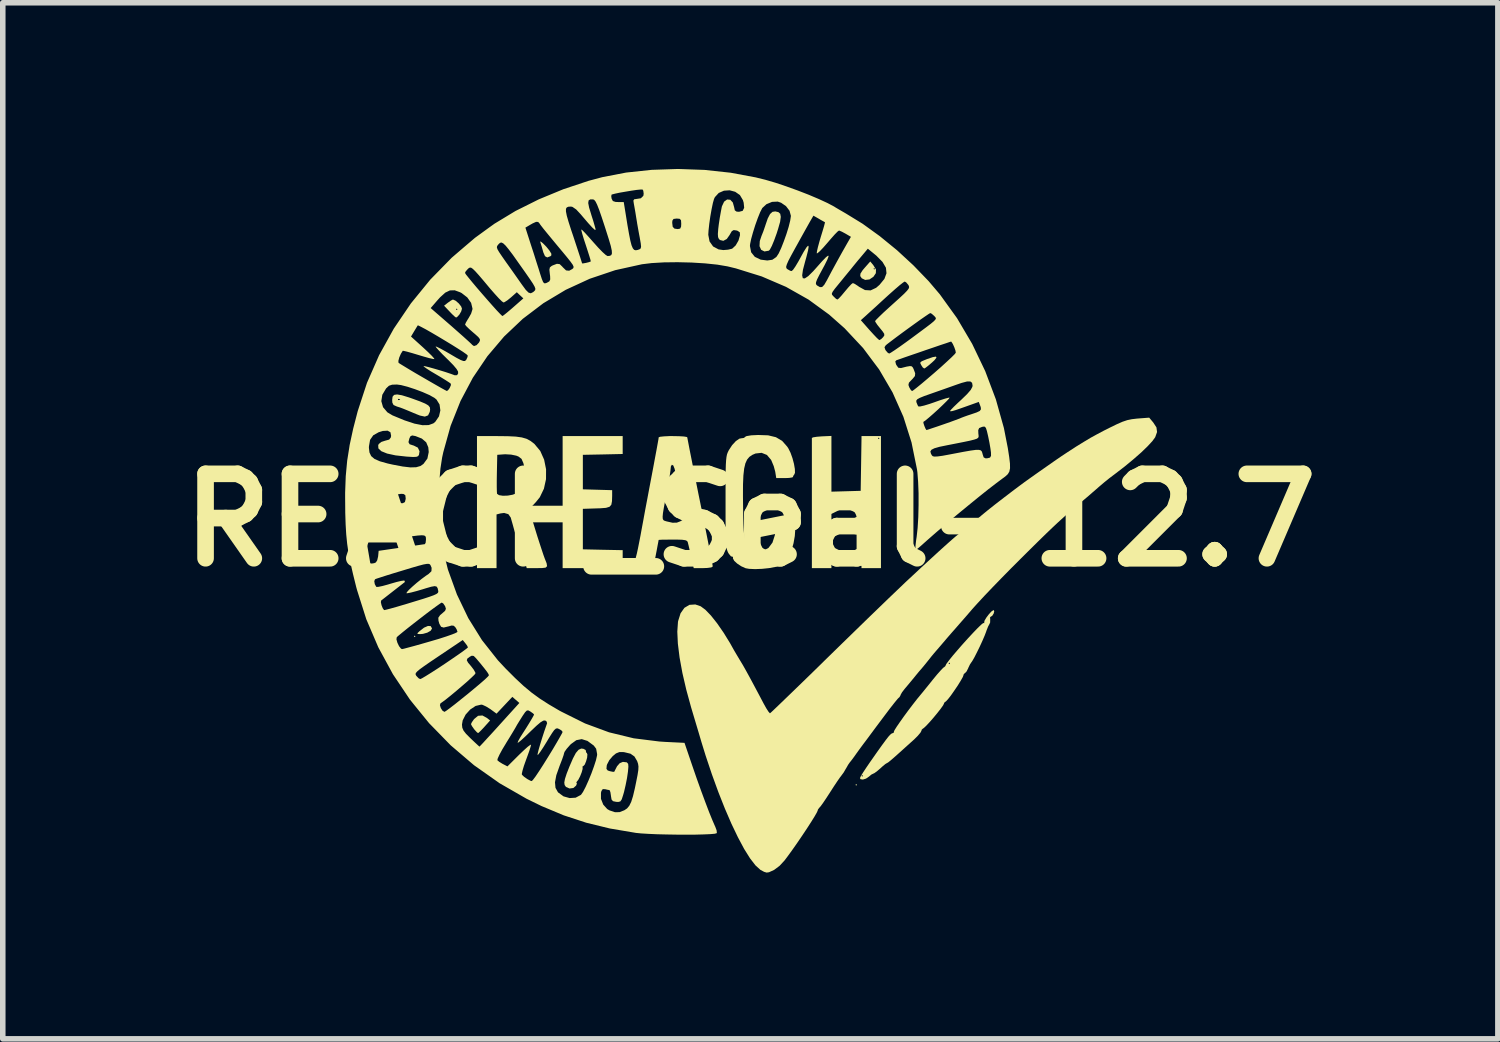
<source format=kicad_pcb>
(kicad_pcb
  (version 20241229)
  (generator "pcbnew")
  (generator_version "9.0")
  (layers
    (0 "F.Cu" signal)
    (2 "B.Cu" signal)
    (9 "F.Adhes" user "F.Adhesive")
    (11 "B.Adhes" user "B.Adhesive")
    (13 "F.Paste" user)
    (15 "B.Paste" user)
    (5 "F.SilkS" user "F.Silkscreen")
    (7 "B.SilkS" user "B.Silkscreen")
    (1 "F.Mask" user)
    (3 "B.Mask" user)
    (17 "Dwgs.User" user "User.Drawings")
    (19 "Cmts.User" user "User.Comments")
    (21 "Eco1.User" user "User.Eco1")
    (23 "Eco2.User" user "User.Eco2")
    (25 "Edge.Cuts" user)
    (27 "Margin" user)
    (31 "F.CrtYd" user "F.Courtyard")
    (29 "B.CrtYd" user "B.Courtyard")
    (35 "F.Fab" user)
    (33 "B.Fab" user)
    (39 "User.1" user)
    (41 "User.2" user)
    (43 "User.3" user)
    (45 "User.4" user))
  (footprint "REACH_Seal-12.7"
    (layer "F.Cu")
    (at 10.494 6.338)
    (property "Reference" "REACH_Seal-12.7" (at 0 0 0) (layer "F.SilkS") (effects (font (size 1.524 1.524) (thickness 0.3))))
    (attr board_only exclude_from_pos_files exclude_from_bom)
    (fp_poly (pts (xy -6.045 2.099) (xy -6.059 2.112) (xy -6.072 2.099) (xy -6.059 2.085)) (stroke (width 0) (type solid)) (fill yes) (layer "F.SilkS"))
    (fp_poly (pts (xy 1.925 4.779) (xy 1.911 4.793) (xy 1.898 4.779) (xy 1.911 4.766)) (stroke (width 0) (type solid)) (fill yes) (layer "F.SilkS"))
    (fp_poly (pts (xy -5.769 1.914) (xy -5.747 1.954) (xy -5.747 1.96) (xy -5.771 1.998) (xy -5.831 2.032) (xy -5.909 2.054) (xy -5.957 2.058) (xy -6.006 2.056) (xy -6.007 2.04) (xy -5.974 2.008) (xy -5.89 1.942) (xy -5.819 1.911)) (stroke (width 0) (type solid)) (fill yes) (layer "F.SilkS"))
    (fp_poly (pts (xy -3.772 -5.02) (xy -3.743 -4.996) (xy -3.682 -4.934) (xy -3.626 -4.865) (xy -3.592 -4.809) (xy -3.592 -4.778) (xy -3.608 -4.763) (xy -3.666 -4.741) (xy -3.706 -4.763) (xy -3.737 -4.834) (xy -3.741 -4.849) (xy -3.764 -4.93) (xy -3.784 -4.994) (xy -3.788 -5.005) (xy -3.793 -5.031)) (stroke (width 0) (type solid)) (fill yes) (layer "F.SilkS"))
    (fp_poly (pts (xy 3.36 -2.932) (xy 3.324 -2.886) (xy 3.279 -2.844) (xy 3.212 -2.787) (xy 3.16 -2.747) (xy 3.139 -2.736) (xy 3.112 -2.756) (xy 3.089 -2.791) (xy 3.07 -2.827) (xy 3.071 -2.85) (xy 3.099 -2.869) (xy 3.165 -2.896) (xy 3.192 -2.907) (xy 3.295 -2.942) (xy 3.351 -2.951)) (stroke (width 0) (type solid)) (fill yes) (layer "F.SilkS"))
    (fp_poly (pts (xy -4.759 3.569) (xy -4.697 3.617) (xy -4.799 3.731) (xy -4.857 3.793) (xy -4.9 3.835) (xy -4.915 3.845) (xy -4.94 3.826) (xy -4.981 3.78) (xy -4.986 3.774) (xy -5.024 3.72) (xy -5.042 3.684) (xy -5.042 3.683) (xy -5.027 3.65) (xy -4.99 3.597) (xy -4.986 3.592) (xy -4.915 3.533) (xy -4.836 3.527)) (stroke (width 0) (type solid)) (fill yes) (layer "F.SilkS"))
    (fp_poly (pts (xy 2.22 -4.602) (xy 2.268 -4.524) (xy 2.266 -4.457) (xy 2.222 -4.392) (xy 2.151 -4.344) (xy 2.073 -4.335) (xy 2.011 -4.365) (xy 1.984 -4.405) (xy 1.988 -4.449) (xy 2.027 -4.51) (xy 2.049 -4.536) (xy 2.223 -4.536) (xy 2.236 -4.522) (xy 2.25 -4.536) (xy 2.236 -4.549) (xy 2.223 -4.536) (xy 2.049 -4.536) (xy 2.072 -4.563) (xy 2.165 -4.668)) (stroke (width 0) (type solid)) (fill yes) (layer "F.SilkS"))
    (fp_poly (pts (xy -2.304 -1.193) (xy -2.663 -1.185) (xy -3.023 -1.178) (xy -3.023 -0.555) (xy -2.494 -0.54) (xy -2.494 -0.439) (xy -2.497 -0.341) (xy -2.509 -0.277) (xy -2.542 -0.24) (xy -2.605 -0.221) (xy -2.707 -0.213) (xy -2.775 -0.211) (xy -3.023 -0.203) (xy -3.023 0.528) (xy -2.663 0.536) (xy -2.304 0.543) (xy -2.304 0.867) (xy -3.388 0.867) (xy -3.388 -1.516) (xy -2.304 -1.516)) (stroke (width 0) (type solid)) (fill yes) (layer "F.SilkS"))
    (fp_poly (pts (xy -5.32 -3.96) (xy -5.265 -3.913) (xy -5.22 -3.857) (xy -5.205 -3.816) (xy -5.219 -3.766) (xy -5.253 -3.708) (xy -5.292 -3.666) (xy -5.312 -3.656) (xy -5.337 -3.674) (xy -5.386 -3.72) (xy -5.427 -3.763) (xy -5.467 -3.805) (xy -5.313 -3.805) (xy -5.3 -3.791) (xy -5.286 -3.805) (xy -5.3 -3.818) (xy -5.313 -3.805) (xy -5.467 -3.805) (xy -5.528 -3.87) (xy -5.458 -3.925) (xy -5.404 -3.963) (xy -5.369 -3.981) (xy -5.367 -3.981)) (stroke (width 0) (type solid)) (fill yes) (layer "F.SilkS"))
    (fp_poly (pts (xy 0.507 -5.559) (xy 0.54 -5.529) (xy 0.55 -5.473) (xy 0.538 -5.385) (xy 0.502 -5.258) (xy 0.475 -5.173) (xy 0.43 -5.049) (xy 0.389 -4.95) (xy 0.354 -4.884) (xy 0.335 -4.863) (xy 0.255 -4.849) (xy 0.195 -4.879) (xy 0.195 -4.88) (xy 0.166 -4.944) (xy 0.171 -5.037) (xy 0.201 -5.127) (xy 0.235 -5.212) (xy 0.268 -5.308) (xy 0.272 -5.321) (xy 0.315 -5.446) (xy 0.356 -5.524) (xy 0.4 -5.564) (xy 0.45 -5.572)) (stroke (width 0) (type solid)) (fill yes) (layer "F.SilkS"))
    (fp_poly (pts (xy 1.464 -0.513) (xy 1.992 -0.528) (xy 2 -1.022) (xy 2.007 -1.476) (xy 2.304 -1.476) (xy 2.318 -1.462) (xy 2.331 -1.476) (xy 2.318 -1.489) (xy 2.304 -1.476) (xy 2.007 -1.476) (xy 2.007 -1.516) (xy 2.358 -1.516) (xy 2.358 0.867) (xy 2.007 0.867) (xy 1.992 -0.176) (xy 1.464 -0.192) (xy 1.464 0.867) (xy 1.111 0.867) (xy 1.111 -0.298) (xy 1.111 -0.544) (xy 1.111 -0.773) (xy 1.111 -0.98) (xy 1.111 -1.159) (xy 1.111 -1.304) (xy 1.111 -1.41) (xy 1.111 -1.47) (xy 1.111 -1.483) (xy 1.136 -1.494) (xy 1.2 -1.504) (xy 1.287 -1.511) (xy 1.464 -1.519)) (stroke (width 0) (type solid)) (fill yes) (layer "F.SilkS"))
    (fp_poly (pts (xy -6.289 -2.253) (xy -6.162 -2.214) (xy -6.099 -2.192) (xy -5.962 -2.142) (xy -5.869 -2.103) (xy -5.812 -2.069) (xy -5.785 -2.036) (xy -5.78 -1.996) (xy -5.786 -1.954) (xy -5.817 -1.89) (xy -5.875 -1.868) (xy -5.964 -1.887) (xy -6.015 -1.907) (xy -6.088 -1.937) (xy -6.099 -1.942) (xy -6.202 -1.985) (xy -6.271 -2.013) (xy -6.322 -2.032) (xy -6.373 -2.048) (xy -6.384 -2.052) (xy -6.44 -2.077) (xy -6.462 -2.12) (xy -6.465 -2.169) (xy -6.463 -2.184) (xy -6.361 -2.184) (xy -6.358 -2.168) (xy -6.343 -2.166) (xy -6.321 -2.176) (xy -6.325 -2.184) (xy -6.357 -2.188) (xy -6.361 -2.184) (xy -6.463 -2.184) (xy -6.458 -2.227) (xy -6.43 -2.26) (xy -6.376 -2.268)) (stroke (width 0) (type solid)) (fill yes) (layer "F.SilkS"))
    (fp_poly (pts (xy -3.012 4.129) (xy -2.972 4.151) (xy -2.968 4.17) (xy -2.962 4.198) (xy -2.952 4.203) (xy -2.941 4.231) (xy -2.946 4.289) (xy -2.965 4.356) (xy -2.989 4.414) (xy -3.015 4.441) (xy -3.018 4.441) (xy -3.032 4.452) (xy -3.028 4.458) (xy -3.027 4.491) (xy -3.044 4.553) (xy -3.072 4.624) (xy -3.104 4.686) (xy -3.129 4.718) (xy -3.143 4.736) (xy -3.137 4.738) (xy -3.131 4.758) (xy -3.145 4.793) (xy -3.194 4.836) (xy -3.263 4.845) (xy -3.326 4.818) (xy -3.329 4.815) (xy -3.352 4.782) (xy -3.358 4.737) (xy -3.346 4.672) (xy -3.315 4.576) (xy -3.265 4.449) (xy -3.202 4.303) (xy -3.149 4.203) (xy -3.1 4.146) (xy -3.052 4.124)) (stroke (width 0) (type solid)) (fill yes) (layer "F.SilkS"))
    (fp_poly (pts (xy -4.561 -1.516) (xy -4.375 -1.514) (xy -4.233 -1.507) (xy -4.125 -1.492) (xy -4.041 -1.468) (xy -3.971 -1.431) (xy -3.905 -1.381) (xy -3.898 -1.375) (xy -3.792 -1.248) (xy -3.722 -1.091) (xy -3.687 -0.917) (xy -3.688 -0.738) (xy -3.726 -0.566) (xy -3.8 -0.412) (xy -3.874 -0.321) (xy -3.935 -0.256) (xy -3.975 -0.204) (xy -3.985 -0.181) (xy -3.977 -0.146) (xy -3.956 -0.071) (xy -3.924 0.034) (xy -3.886 0.158) (xy -3.845 0.291) (xy -3.803 0.421) (xy -3.765 0.537) (xy -3.734 0.63) (xy -3.713 0.688) (xy -3.712 0.691) (xy -3.677 0.78) (xy -3.669 0.832) (xy -3.694 0.858) (xy -3.759 0.866) (xy -3.846 0.867) (xy -4.036 0.867) (xy -4.096 0.67) (xy -4.13 0.561) (xy -4.164 0.461) (xy -4.191 0.392) (xy -4.191 0.39) (xy -4.22 0.315) (xy -4.251 0.216) (xy -4.267 0.16) (xy -4.293 0.066) (xy -4.316 -0.014) (xy -4.325 -0.046) (xy -4.368 -0.107) (xy -4.444 -0.129) (xy -4.511 -0.12) (xy -4.581 -0.102) (xy -4.581 0.867) (xy -4.934 0.867) (xy -4.934 -0.597) (xy -4.577 -0.597) (xy -4.575 -0.515) (xy -4.572 -0.475) (xy -4.571 -0.474) (xy -4.536 -0.45) (xy -4.466 -0.439) (xy -4.378 -0.442) (xy -4.29 -0.458) (xy -4.241 -0.476) (xy -4.166 -0.527) (xy -4.11 -0.59) (xy -4.106 -0.598) (xy -4.076 -0.695) (xy -4.068 -0.822) (xy -4.079 -0.955) (xy -4.097 -1.029) (xy -4.13 -1.105) (xy -4.185 -1.147) (xy -4.225 -1.163) (xy -4.318 -1.182) (xy -4.422 -1.188) (xy -4.446 -1.187) (xy -4.568 -1.178) (xy -4.575 -0.841) (xy -4.577 -0.71) (xy -4.577 -0.597) (xy -4.934 -0.597) (xy -4.934 -1.516)) (stroke (width 0) (type solid)) (fill yes) (layer "F.SilkS"))
    (fp_poly (pts (xy -1.285 -1.514) (xy -1.199 -1.509) (xy -1.147 -1.5) (xy -1.139 -1.495) (xy -1.133 -1.465) (xy -1.118 -1.387) (xy -1.095 -1.267) (xy -1.064 -1.111) (xy -1.027 -0.924) (xy -0.984 -0.711) (xy -0.938 -0.479) (xy -0.908 -0.333) (xy -0.859 -0.091) (xy -0.814 0.134) (xy -0.774 0.338) (xy -0.739 0.515) (xy -0.711 0.658) (xy -0.691 0.763) (xy -0.68 0.824) (xy -0.678 0.837) (xy -0.703 0.854) (xy -0.775 0.864) (xy -0.85 0.867) (xy -1.022 0.867) (xy -1.069 0.657) (xy -1.093 0.551) (xy -1.114 0.461) (xy -1.128 0.405) (xy -1.129 0.399) (xy -1.142 0.377) (xy -1.173 0.363) (xy -1.232 0.355) (xy -1.33 0.352) (xy -1.398 0.352) (xy -1.508 0.353) (xy -1.595 0.354) (xy -1.646 0.357) (xy -1.655 0.359) (xy -1.66 0.387) (xy -1.673 0.455) (xy -1.691 0.553) (xy -1.702 0.609) (xy -1.749 0.853) (xy -1.918 0.861) (xy -2.01 0.864) (xy -2.061 0.86) (xy -2.083 0.843) (xy -2.087 0.811) (xy -2.087 0.804) (xy -2.079 0.729) (xy -2.063 0.661) (xy -2.048 0.603) (xy -2.027 0.506) (xy -2.003 0.384) (xy -1.981 0.271) (xy -1.96 0.156) (xy -1.931 0.000237) (xy -1.92 -0.061) (xy -1.583 -0.061) (xy -1.58 -0.021) (xy -1.568 0.001) (xy -1.547 0.013) (xy -1.517 0.022) (xy -1.51 0.024) (xy -1.404 0.048) (xy -1.326 0.046) (xy -1.266 0.023) (xy -1.218 -0.002) (xy -1.199 -0.013) (xy -1.201 -0.04) (xy -1.212 -0.108) (xy -1.231 -0.206) (xy -1.244 -0.273) (xy -1.269 -0.402) (xy -1.292 -0.527) (xy -1.309 -0.628) (xy -1.313 -0.656) (xy -1.325 -0.74) (xy -1.336 -0.803) (xy -1.34 -0.819) (xy -1.354 -0.87) (xy -1.367 -0.927) (xy -1.39 -0.985) (xy -1.416 -0.999) (xy -1.434 -0.969) (xy -1.437 -0.939) (xy -1.442 -0.89) (xy -1.455 -0.799) (xy -1.475 -0.681) (xy -1.5 -0.547) (xy -1.501 -0.54) (xy -1.536 -0.358) (xy -1.561 -0.223) (xy -1.577 -0.126) (xy -1.583 -0.061) (xy -1.92 -0.061) (xy -1.897 -0.186) (xy -1.858 -0.391) (xy -1.818 -0.604) (xy -1.789 -0.756) (xy -1.753 -0.946) (xy -1.721 -1.119) (xy -1.693 -1.268) (xy -1.672 -1.384) (xy -1.658 -1.462) (xy -1.654 -1.494) (xy -1.654 -1.494) (xy -1.628 -1.504) (xy -1.561 -1.511) (xy -1.463 -1.516) (xy -1.396 -1.516)) (stroke (width 0) (type solid)) (fill yes) (layer "F.SilkS"))
    (fp_poly (pts (xy 0.321 -1.53) (xy 0.462 -1.496) (xy 0.574 -1.43) (xy 0.664 -1.328) (xy 0.685 -1.297) (xy 0.726 -1.215) (xy 0.761 -1.117) (xy 0.788 -1.015) (xy 0.804 -0.922) (xy 0.806 -0.852) (xy 0.791 -0.819) (xy 0.79 -0.818) (xy 0.771 -0.793) (xy 0.774 -0.783) (xy 0.758 -0.77) (xy 0.7 -0.761) (xy 0.629 -0.758) (xy 0.468 -0.758) (xy 0.45 -0.872) (xy 0.423 -0.973) (xy 0.381 -1.074) (xy 0.374 -1.088) (xy 0.299 -1.176) (xy 0.204 -1.214) (xy 0.094 -1.202) (xy 0.036 -1.177) (xy -0.017 -1.141) (xy -0.058 -1.092) (xy -0.089 -1.024) (xy -0.111 -0.931) (xy -0.125 -0.807) (xy -0.132 -0.645) (xy -0.133 -0.44) (xy -0.131 -0.261) (xy -0.128 -0.07) (xy -0.124 0.075) (xy -0.119 0.183) (xy -0.112 0.262) (xy -0.102 0.319) (xy -0.088 0.363) (xy -0.069 0.403) (xy -0.057 0.425) (xy -0.006 0.499) (xy 0.047 0.538) (xy 0.113 0.556) (xy 0.232 0.553) (xy 0.328 0.502) (xy 0.4 0.406) (xy 0.444 0.268) (xy 0.453 0.206) (xy 0.465 0.119) (xy 0.486 0.067) (xy 0.53 0.042) (xy 0.607 0.033) (xy 0.684 0.032) (xy 0.813 0.032) (xy 0.812 0.158) (xy 0.803 0.288) (xy 0.78 0.418) (xy 0.747 0.535) (xy 0.707 0.629) (xy 0.664 0.688) (xy 0.631 0.704) (xy 0.599 0.725) (xy 0.596 0.739) (xy 0.575 0.775) (xy 0.523 0.817) (xy 0.516 0.821) (xy 0.445 0.847) (xy 0.338 0.867) (xy 0.212 0.88) (xy 0.086 0.885) (xy -0.023 0.88) (xy -0.085 0.869) (xy -0.163 0.834) (xy -0.237 0.785) (xy -0.291 0.735) (xy -0.314 0.692) (xy -0.313 0.683) (xy -0.314 0.66) (xy -0.324 0.663) (xy -0.352 0.652) (xy -0.389 0.606) (xy -0.399 0.59) (xy -0.413 0.56) (xy -0.424 0.523) (xy -0.432 0.472) (xy -0.438 0.402) (xy -0.442 0.306) (xy -0.445 0.177) (xy -0.447 0.01) (xy -0.447 -0.202) (xy -0.447 -0.325) (xy -0.447 -0.559) (xy -0.446 -0.745) (xy -0.445 -0.889) (xy -0.442 -0.999) (xy -0.437 -1.081) (xy -0.43 -1.141) (xy -0.421 -1.186) (xy -0.408 -1.221) (xy -0.392 -1.254) (xy -0.387 -1.263) (xy -0.329 -1.352) (xy -0.262 -1.425) (xy -0.197 -1.47) (xy -0.147 -1.479) (xy -0.146 -1.478) (xy -0.109 -1.485) (xy -0.101 -1.498) (xy -0.068 -1.516) (xy 0.017 -1.53) (xy 0.141 -1.536)) (stroke (width 0) (type solid)) (fill yes) (layer "F.SilkS"))
    (fp_poly (pts (xy 4.403 1.646) (xy 4.393 1.686) (xy 4.365 1.73) (xy 4.343 1.741) (xy 4.327 1.757) (xy 4.33 1.788) (xy 4.329 1.848) (xy 4.317 1.875) (xy 4.292 1.922) (xy 4.263 1.995) (xy 4.256 2.017) (xy 4.23 2.085) (xy 4.19 2.178) (xy 4.142 2.283) (xy 4.091 2.387) (xy 4.044 2.479) (xy 4.006 2.545) (xy 3.987 2.572) (xy 3.965 2.605) (xy 3.936 2.665) (xy 3.933 2.674) (xy 3.903 2.733) (xy 3.876 2.761) (xy 3.873 2.762) (xy 3.851 2.784) (xy 3.849 2.796) (xy 3.835 2.834) (xy 3.797 2.901) (xy 3.744 2.987) (xy 3.682 3.078) (xy 3.622 3.164) (xy 3.569 3.232) (xy 3.533 3.271) (xy 3.524 3.277) (xy 3.499 3.298) (xy 3.497 3.31) (xy 3.48 3.344) (xy 3.436 3.406) (xy 3.374 3.485) (xy 3.303 3.571) (xy 3.232 3.652) (xy 3.17 3.718) (xy 3.127 3.757) (xy 3.115 3.764) (xy 3.092 3.786) (xy 3.09 3.801) (xy 3.071 3.837) (xy 3.022 3.895) (xy 2.96 3.957) (xy 2.801 4.1) (xy 2.679 4.21) (xy 2.589 4.29) (xy 2.526 4.344) (xy 2.487 4.375) (xy 2.467 4.386) (xy 2.465 4.387) (xy 2.437 4.404) (xy 2.384 4.448) (xy 2.347 4.482) (xy 2.284 4.536) (xy 2.236 4.57) (xy 2.221 4.576) (xy 2.185 4.594) (xy 2.142 4.63) (xy 2.088 4.667) (xy 2.031 4.684) (xy 1.989 4.677) (xy 1.979 4.657) (xy 1.994 4.625) (xy 1.998 4.617) (xy 2.006 4.617) (xy 2.02 4.63) (xy 2.033 4.617) (xy 2.02 4.603) (xy 2.006 4.617) (xy 1.998 4.617) (xy 2.034 4.558) (xy 2.094 4.467) (xy 2.167 4.36) (xy 2.171 4.355) (xy 2.287 4.189) (xy 2.377 4.063) (xy 2.444 3.972) (xy 2.493 3.909) (xy 2.528 3.871) (xy 2.552 3.852) (xy 2.57 3.846) (xy 2.594 3.832) (xy 2.591 3.821) (xy 2.602 3.794) (xy 2.64 3.733) (xy 2.699 3.647) (xy 2.772 3.544) (xy 2.853 3.434) (xy 2.936 3.325) (xy 3.014 3.225) (xy 3.081 3.144) (xy 3.084 3.14) (xy 3.115 3.103) (xy 3.17 3.035) (xy 3.242 2.946) (xy 3.297 2.877) (xy 3.373 2.785) (xy 3.438 2.712) (xy 3.483 2.665) (xy 3.5 2.654) (xy 3.523 2.633) (xy 3.524 2.625) (xy 3.541 2.592) (xy 3.546 2.586) (xy 3.578 2.586) (xy 3.592 2.6) (xy 3.605 2.586) (xy 3.592 2.572) (xy 3.578 2.586) (xy 3.546 2.586) (xy 3.588 2.53) (xy 3.657 2.444) (xy 3.742 2.345) (xy 3.836 2.237) (xy 3.932 2.131) (xy 4.024 2.032) (xy 4.104 1.949) (xy 4.166 1.889) (xy 4.202 1.86) (xy 4.209 1.859) (xy 4.225 1.86) (xy 4.221 1.85) (xy 4.227 1.817) (xy 4.26 1.761) (xy 4.306 1.7) (xy 4.353 1.649) (xy 4.389 1.625) (xy 4.393 1.625)) (stroke (width 0) (type solid)) (fill yes) (layer "F.SilkS"))
    (fp_poly (pts (xy 7.273 -1.762) (xy 7.331 -1.673) (xy 7.342 -1.59) (xy 7.309 -1.497) (xy 7.308 -1.495) (xy 7.257 -1.425) (xy 7.17 -1.331) (xy 7.053 -1.218) (xy 6.912 -1.095) (xy 6.756 -0.966) (xy 6.591 -0.839) (xy 6.574 -0.826) (xy 6.481 -0.756) (xy 6.394 -0.686) (xy 6.294 -0.601) (xy 6.237 -0.551) (xy 6.172 -0.495) (xy 6.082 -0.417) (xy 5.98 -0.331) (xy 5.937 -0.294) (xy 5.829 -0.202) (xy 5.732 -0.119) (xy 5.641 -0.038) (xy 5.548 0.047) (xy 5.448 0.141) (xy 5.334 0.25) (xy 5.2 0.381) (xy 5.04 0.539) (xy 4.866 0.712) (xy 4.701 0.877) (xy 4.534 1.047) (xy 4.373 1.213) (xy 4.226 1.367) (xy 4.101 1.502) (xy 4.006 1.607) (xy 3.998 1.617) (xy 3.899 1.732) (xy 3.807 1.837) (xy 3.731 1.924) (xy 3.679 1.984) (xy 3.666 1.998) (xy 3.615 2.056) (xy 3.546 2.136) (xy 3.49 2.202) (xy 3.426 2.277) (xy 3.374 2.337) (xy 3.348 2.367) (xy 3.317 2.403) (xy 3.265 2.466) (xy 3.213 2.532) (xy 3.152 2.608) (xy 3.102 2.668) (xy 3.077 2.697) (xy 3.045 2.734) (xy 2.993 2.797) (xy 2.955 2.844) (xy 2.884 2.93) (xy 2.813 3.015) (xy 2.785 3.048) (xy 2.739 3.108) (xy 2.713 3.154) (xy 2.711 3.163) (xy 2.692 3.197) (xy 2.687 3.2) (xy 2.661 3.225) (xy 2.605 3.293) (xy 2.521 3.4) (xy 2.411 3.546) (xy 2.275 3.727) (xy 2.149 3.897) (xy 2.1 3.963) (xy 2.042 4.04) (xy 2.033 4.052) (xy 1.971 4.136) (xy 1.906 4.226) (xy 1.898 4.238) (xy 1.848 4.307) (xy 1.808 4.359) (xy 1.799 4.369) (xy 1.766 4.416) (xy 1.728 4.483) (xy 1.725 4.487) (xy 1.685 4.556) (xy 1.648 4.606) (xy 1.647 4.608) (xy 1.619 4.644) (xy 1.569 4.716) (xy 1.505 4.812) (xy 1.439 4.915) (xy 1.37 5.021) (xy 1.31 5.11) (xy 1.265 5.171) (xy 1.243 5.195) (xy 1.22 5.226) (xy 1.219 5.235) (xy 1.204 5.272) (xy 1.162 5.346) (xy 1.1 5.446) (xy 1.022 5.567) (xy 0.934 5.699) (xy 0.842 5.834) (xy 0.75 5.965) (xy 0.664 6.083) (xy 0.617 6.145) (xy 0.528 6.241) (xy 0.429 6.315) (xy 0.337 6.357) (xy 0.294 6.363) (xy 0.248 6.349) (xy 0.184 6.315) (xy 0.18 6.312) (xy 0.093 6.233) (xy -0.005 6.106) (xy -0.112 5.935) (xy -0.224 5.725) (xy -0.341 5.481) (xy -0.459 5.208) (xy -0.577 4.91) (xy -0.693 4.591) (xy -0.805 4.257) (xy -0.882 4.008) (xy -0.93 3.845) (xy -0.98 3.678) (xy -1.026 3.524) (xy -1.063 3.4) (xy -1.069 3.38) (xy -1.156 3.062) (xy -1.226 2.76) (xy -1.277 2.481) (xy -1.308 2.23) (xy -1.318 2.014) (xy -1.306 1.84) (xy -1.303 1.822) (xy -1.259 1.682) (xy -1.19 1.584) (xy -1.099 1.53) (xy -0.993 1.523) (xy -0.896 1.556) (xy -0.811 1.619) (xy -0.71 1.724) (xy -0.599 1.864) (xy -0.482 2.033) (xy -0.365 2.223) (xy -0.325 2.295) (xy -0.29 2.357) (xy -0.238 2.445) (xy -0.186 2.532) (xy -0.134 2.618) (xy -0.077 2.719) (xy -0.01 2.841) (xy 0.071 2.992) (xy 0.171 3.18) (xy 0.24 3.311) (xy 0.288 3.397) (xy 0.328 3.459) (xy 0.353 3.487) (xy 0.356 3.487) (xy 0.379 3.467) (xy 0.436 3.413) (xy 0.525 3.328) (xy 0.641 3.216) (xy 0.781 3.081) (xy 0.94 2.927) (xy 1.116 2.756) (xy 1.303 2.573) (xy 1.333 2.543) (xy 1.629 2.254) (xy 1.89 2) (xy 2.12 1.776) (xy 2.322 1.581) (xy 2.5 1.409) (xy 2.658 1.258) (xy 2.799 1.123) (xy 2.928 1.003) (xy 3.047 0.892) (xy 3.091 0.851) (xy 3.259 0.697) (xy 3.393 0.574) (xy 3.499 0.478) (xy 3.584 0.402) (xy 3.652 0.342) (xy 3.71 0.292) (xy 3.765 0.248) (xy 3.821 0.203) (xy 3.823 0.201) (xy 3.931 0.115) (xy 4.054 0.014) (xy 4.167 -0.079) (xy 4.171 -0.083) (xy 4.283 -0.175) (xy 4.414 -0.279) (xy 4.572 -0.401) (xy 4.762 -0.546) (xy 4.865 -0.623) (xy 4.953 -0.688) (xy 5.072 -0.773) (xy 5.209 -0.87) (xy 5.352 -0.97) (xy 5.489 -1.066) (xy 5.61 -1.149) (xy 5.702 -1.21) (xy 5.72 -1.222) (xy 5.885 -1.329) (xy 6.02 -1.412) (xy 6.136 -1.482) (xy 6.249 -1.544) (xy 6.371 -1.609) (xy 6.476 -1.662) (xy 6.613 -1.729) (xy 6.718 -1.775) (xy 6.804 -1.804) (xy 6.886 -1.821) (xy 6.979 -1.832) (xy 6.992 -1.833) (xy 7.2 -1.849)) (stroke (width 0) (type solid)) (fill yes) (layer "F.SilkS"))
    (fp_poly (pts (xy -0.826 -6.321) (xy -0.354 -6.27) (xy 0.097 -6.186) (xy 0.271 -6.143) (xy 0.452 -6.09) (xy 0.649 -6.024) (xy 0.854 -5.95) (xy 1.053 -5.873) (xy 1.237 -5.795) (xy 1.393 -5.723) (xy 1.512 -5.66) (xy 1.537 -5.644) (xy 1.596 -5.609) (xy 1.679 -5.561) (xy 1.727 -5.533) (xy 2.027 -5.349) (xy 2.337 -5.125) (xy 2.647 -4.872) (xy 2.944 -4.598) (xy 3.218 -4.314) (xy 3.421 -4.075) (xy 3.731 -3.645) (xy 4.005 -3.18) (xy 4.24 -2.689) (xy 4.432 -2.18) (xy 4.577 -1.663) (xy 4.648 -1.3) (xy 4.673 -1.138) (xy 4.687 -1.02) (xy 4.688 -0.935) (xy 4.675 -0.874) (xy 4.647 -0.828) (xy 4.601 -0.786) (xy 4.561 -0.757) (xy 4.442 -0.668) (xy 4.29 -0.551) (xy 4.115 -0.411) (xy 3.925 -0.256) (xy 3.728 -0.094) (xy 3.533 0.07) (xy 3.348 0.228) (xy 3.181 0.374) (xy 3.093 0.453) (xy 3.033 0.505) (xy 2.991 0.536) (xy 2.98 0.541) (xy 2.978 0.517) (xy 2.983 0.451) (xy 2.994 0.355) (xy 3.002 0.305) (xy 3.02 0.143) (xy 3.032 -0.054) (xy 3.037 -0.269) (xy 3.037 -0.486) (xy 3.029 -0.689) (xy 3.016 -0.861) (xy 3.009 -0.914) (xy 2.943 -1.238) (xy 3.25 -1.238) (xy 3.261 -1.197) (xy 3.279 -1.166) (xy 3.295 -1.152) (xy 3.327 -1.146) (xy 3.383 -1.149) (xy 3.471 -1.161) (xy 3.6 -1.185) (xy 3.679 -1.2) (xy 3.852 -1.233) (xy 3.979 -1.255) (xy 4.068 -1.267) (xy 4.126 -1.268) (xy 4.161 -1.258) (xy 4.18 -1.236) (xy 4.19 -1.203) (xy 4.193 -1.19) (xy 4.212 -1.132) (xy 4.247 -1.114) (xy 4.28 -1.116) (xy 4.327 -1.128) (xy 4.345 -1.16) (xy 4.344 -1.219) (xy 4.334 -1.294) (xy 4.316 -1.398) (xy 4.294 -1.507) (xy 4.271 -1.606) (xy 4.253 -1.662) (xy 4.233 -1.686) (xy 4.204 -1.687) (xy 4.18 -1.681) (xy 4.131 -1.661) (xy 4.114 -1.624) (xy 4.116 -1.565) (xy 4.12 -1.532) (xy 4.121 -1.506) (xy 4.113 -1.486) (xy 4.089 -1.469) (xy 4.042 -1.453) (xy 3.967 -1.434) (xy 3.857 -1.411) (xy 3.706 -1.381) (xy 3.558 -1.352) (xy 3.416 -1.323) (xy 3.322 -1.296) (xy 3.269 -1.269) (xy 3.25 -1.238) (xy 2.943 -1.238) (xy 2.91 -1.401) (xy 2.763 -1.865) (xy 2.633 -2.157) (xy 2.996 -2.157) (xy 2.997 -2.131) (xy 2.998 -2.128) (xy 3.02 -2.073) (xy 3.034 -2.051) (xy 3.066 -2.051) (xy 3.137 -2.067) (xy 3.236 -2.097) (xy 3.32 -2.126) (xy 3.43 -2.165) (xy 3.521 -2.194) (xy 3.58 -2.209) (xy 3.597 -2.211) (xy 3.584 -2.189) (xy 3.538 -2.141) (xy 3.47 -2.074) (xy 3.39 -1.998) (xy 3.305 -1.921) (xy 3.226 -1.852) (xy 3.162 -1.799) (xy 3.123 -1.772) (xy 3.126 -1.747) (xy 3.142 -1.698) (xy 3.163 -1.649) (xy 3.179 -1.625) (xy 3.179 -1.625) (xy 3.207 -1.633) (xy 3.275 -1.656) (xy 3.374 -1.689) (xy 3.487 -1.728) (xy 3.607 -1.77) (xy 3.708 -1.807) (xy 3.78 -1.834) (xy 3.81 -1.847) (xy 3.849 -1.862) (xy 3.921 -1.888) (xy 3.985 -1.909) (xy 4.085 -1.943) (xy 4.142 -1.97) (xy 4.163 -2) (xy 4.159 -2.039) (xy 4.15 -2.064) (xy 4.124 -2.133) (xy 3.939 -2.067) (xy 3.798 -2.017) (xy 3.702 -1.984) (xy 3.642 -1.967) (xy 3.612 -1.964) (xy 3.605 -1.97) (xy 3.624 -1.994) (xy 3.674 -2.046) (xy 3.748 -2.117) (xy 3.809 -2.173) (xy 3.913 -2.274) (xy 3.978 -2.349) (xy 4.008 -2.405) (xy 4.012 -2.427) (xy 4.003 -2.478) (xy 3.972 -2.502) (xy 3.912 -2.502) (xy 3.814 -2.476) (xy 3.738 -2.45) (xy 3.622 -2.409) (xy 3.478 -2.358) (xy 3.33 -2.306) (xy 3.259 -2.281) (xy 3.137 -2.238) (xy 3.057 -2.205) (xy 3.013 -2.18) (xy 2.996 -2.157) (xy 2.633 -2.157) (xy 2.567 -2.305) (xy 2.325 -2.719) (xy 2.216 -2.864) (xy 2.617 -2.864) (xy 2.628 -2.818) (xy 2.635 -2.801) (xy 2.671 -2.75) (xy 2.72 -2.744) (xy 2.723 -2.745) (xy 2.822 -2.77) (xy 2.882 -2.78) (xy 2.915 -2.775) (xy 2.935 -2.752) (xy 2.949 -2.722) (xy 2.976 -2.65) (xy 2.971 -2.6) (xy 2.929 -2.549) (xy 2.91 -2.53) (xy 2.863 -2.48) (xy 2.854 -2.439) (xy 2.869 -2.396) (xy 2.898 -2.347) (xy 2.92 -2.329) (xy 2.947 -2.346) (xy 3.007 -2.393) (xy 3.094 -2.464) (xy 3.202 -2.555) (xy 3.321 -2.657) (xy 3.442 -2.763) (xy 3.547 -2.859) (xy 3.632 -2.938) (xy 3.688 -2.994) (xy 3.709 -3.021) (xy 3.703 -3.06) (xy 3.682 -3.12) (xy 3.655 -3.18) (xy 3.63 -3.218) (xy 3.623 -3.222) (xy 3.596 -3.214) (xy 3.529 -3.191) (xy 3.429 -3.158) (xy 3.307 -3.116) (xy 3.171 -3.07) (xy 3.033 -3.022) (xy 2.901 -2.977) (xy 2.785 -2.937) (xy 2.695 -2.905) (xy 2.639 -2.886) (xy 2.636 -2.885) (xy 2.617 -2.864) (xy 2.216 -2.864) (xy 2.036 -3.105) (xy 2.022 -3.12) (xy 2.422 -3.12) (xy 2.436 -3.077) (xy 2.444 -3.063) (xy 2.481 -3.02) (xy 2.507 -3.006) (xy 2.537 -3.022) (xy 2.603 -3.065) (xy 2.696 -3.129) (xy 2.809 -3.21) (xy 2.901 -3.277) (xy 3.056 -3.392) (xy 3.173 -3.479) (xy 3.256 -3.542) (xy 3.31 -3.587) (xy 3.339 -3.617) (xy 3.35 -3.639) (xy 3.345 -3.655) (xy 3.331 -3.672) (xy 3.319 -3.685) (xy 3.275 -3.724) (xy 3.248 -3.737) (xy 3.222 -3.722) (xy 3.16 -3.68) (xy 3.072 -3.619) (xy 2.966 -3.543) (xy 2.851 -3.46) (xy 2.736 -3.376) (xy 2.628 -3.296) (xy 2.537 -3.227) (xy 2.47 -3.176) (xy 2.444 -3.154) (xy 2.422 -3.12) (xy 2.022 -3.12) (xy 1.701 -3.463) (xy 1.537 -3.608) (xy 1.995 -3.608) (xy 2.153 -3.429) (xy 2.226 -3.349) (xy 2.285 -3.287) (xy 2.323 -3.253) (xy 2.33 -3.249) (xy 2.362 -3.267) (xy 2.395 -3.299) (xy 2.418 -3.331) (xy 2.417 -3.362) (xy 2.388 -3.406) (xy 2.345 -3.459) (xy 2.292 -3.525) (xy 2.259 -3.575) (xy 2.252 -3.592) (xy 2.272 -3.617) (xy 2.326 -3.671) (xy 2.406 -3.748) (xy 2.507 -3.84) (xy 2.572 -3.899) (xy 2.692 -4.007) (xy 2.776 -4.085) (xy 2.829 -4.14) (xy 2.858 -4.178) (xy 2.867 -4.206) (xy 2.86 -4.23) (xy 2.852 -4.245) (xy 2.814 -4.29) (xy 2.787 -4.306) (xy 2.758 -4.288) (xy 2.698 -4.241) (xy 2.614 -4.169) (xy 2.515 -4.081) (xy 2.486 -4.055) (xy 2.374 -3.953) (xy 2.267 -3.854) (xy 2.174 -3.77) (xy 2.109 -3.711) (xy 2.104 -3.706) (xy 1.995 -3.608) (xy 1.537 -3.608) (xy 1.423 -3.709) (xy 1.051 -3.98) (xy 0.853 -4.092) (xy 1.472 -4.092) (xy 1.474 -4.07) (xy 1.489 -4.051) (xy 1.505 -4.034) (xy 1.547 -3.994) (xy 1.572 -3.981) (xy 1.597 -4) (xy 1.645 -4.052) (xy 1.706 -4.125) (xy 1.71 -4.13) (xy 1.772 -4.203) (xy 1.822 -4.257) (xy 1.851 -4.278) (xy 1.852 -4.278) (xy 1.886 -4.263) (xy 1.943 -4.226) (xy 1.963 -4.211) (xy 2.07 -4.152) (xy 2.171 -4.146) (xy 2.271 -4.193) (xy 2.332 -4.246) (xy 2.42 -4.353) (xy 2.458 -4.455) (xy 2.448 -4.555) (xy 2.386 -4.66) (xy 2.274 -4.774) (xy 2.241 -4.801) (xy 2.121 -4.899) (xy 2.003 -4.758) (xy 1.937 -4.68) (xy 1.883 -4.614) (xy 1.852 -4.576) (xy 1.821 -4.537) (xy 1.765 -4.469) (xy 1.696 -4.385) (xy 1.676 -4.36) (xy 1.585 -4.249) (xy 1.523 -4.173) (xy 1.487 -4.123) (xy 1.472 -4.092) (xy 0.853 -4.092) (xy 0.644 -4.21) (xy 0.206 -4.398) (xy -0.26 -4.543) (xy -0.392 -4.575) (xy 0.647 -4.575) (xy 0.65 -4.549) (xy 0.665 -4.532) (xy 0.668 -4.53) (xy 0.719 -4.501) (xy 0.745 -4.495) (xy 0.771 -4.517) (xy 0.813 -4.577) (xy 0.865 -4.664) (xy 0.891 -4.711) (xy 0.963 -4.842) (xy 1.014 -4.923) (xy 1.043 -4.954) (xy 1.053 -4.936) (xy 1.042 -4.867) (xy 1.012 -4.748) (xy 0.989 -4.666) (xy 0.95 -4.518) (xy 0.936 -4.418) (xy 0.947 -4.366) (xy 0.983 -4.362) (xy 1.046 -4.404) (xy 1.136 -4.493) (xy 1.195 -4.559) (xy 1.297 -4.674) (xy 1.367 -4.746) (xy 1.406 -4.775) (xy 1.413 -4.761) (xy 1.391 -4.703) (xy 1.341 -4.602) (xy 1.309 -4.543) (xy 1.245 -4.424) (xy 1.205 -4.344) (xy 1.186 -4.293) (xy 1.184 -4.262) (xy 1.197 -4.242) (xy 1.208 -4.233) (xy 1.257 -4.205) (xy 1.296 -4.207) (xy 1.334 -4.246) (xy 1.382 -4.328) (xy 1.395 -4.353) (xy 1.468 -4.491) (xy 1.558 -4.656) (xy 1.655 -4.831) (xy 1.748 -4.995) (xy 1.751 -5) (xy 1.816 -5.113) (xy 1.719 -5.17) (xy 1.654 -5.205) (xy 1.607 -5.225) (xy 1.6 -5.226) (xy 1.574 -5.207) (xy 1.522 -5.154) (xy 1.453 -5.076) (xy 1.393 -5.006) (xy 1.317 -4.919) (xy 1.255 -4.854) (xy 1.213 -4.818) (xy 1.199 -4.815) (xy 1.203 -4.852) (xy 1.22 -4.927) (xy 1.248 -5.03) (xy 1.271 -5.108) (xy 1.305 -5.219) (xy 1.331 -5.307) (xy 1.345 -5.362) (xy 1.348 -5.376) (xy 1.323 -5.39) (xy 1.267 -5.421) (xy 1.241 -5.437) (xy 1.139 -5.495) (xy 1.073 -5.381) (xy 1.036 -5.315) (xy 0.98 -5.215) (xy 0.911 -5.091) (xy 0.837 -4.957) (xy 0.814 -4.916) (xy 0.739 -4.779) (xy 0.688 -4.682) (xy 0.659 -4.616) (xy 0.647 -4.575) (xy -0.392 -4.575) (xy -0.413 -4.58) (xy -0.596 -4.611) (xy -0.817 -4.634) (xy -1.062 -4.649) (xy -1.314 -4.655) (xy -1.559 -4.652) (xy -1.782 -4.639) (xy -1.956 -4.618) (xy -2.439 -4.511) (xy -2.899 -4.356) (xy -3.331 -4.157) (xy -3.735 -3.915) (xy -4.107 -3.633) (xy -4.445 -3.313) (xy -4.746 -2.958) (xy -5.009 -2.569) (xy -5.231 -2.15) (xy -5.41 -1.701) (xy -5.542 -1.227) (xy -5.563 -1.13) (xy -5.594 -0.929) (xy -5.614 -0.693) (xy -5.625 -0.436) (xy -5.626 -0.176) (xy -5.615 0.073) (xy -5.595 0.294) (xy -5.575 0.42) (xy -5.459 0.892) (xy -5.296 1.343) (xy -5.091 1.77) (xy -4.844 2.167) (xy -4.558 2.529) (xy -4.42 2.677) (xy -4.246 2.851) (xy -4.094 2.993) (xy -3.95 3.113) (xy -3.802 3.221) (xy -3.637 3.327) (xy -3.443 3.441) (xy -3.409 3.459) (xy -2.983 3.671) (xy -2.55 3.831) (xy -2.105 3.939) (xy -1.642 3.997) (xy -1.536 4.004) (xy -1.188 4.021) (xy -1.045 4.441) (xy -0.968 4.664) (xy -0.89 4.882) (xy -0.814 5.087) (xy -0.745 5.269) (xy -0.684 5.419) (xy -0.637 5.527) (xy -0.634 5.532) (xy -0.609 5.599) (xy -0.604 5.645) (xy -0.607 5.652) (xy -0.643 5.662) (xy -0.725 5.669) (xy -0.843 5.674) (xy -0.99 5.678) (xy -1.156 5.679) (xy -1.332 5.678) (xy -1.511 5.675) (xy -1.682 5.671) (xy -1.839 5.664) (xy -1.971 5.656) (xy -2.07 5.646) (xy -2.074 5.645) (xy -2.535 5.567) (xy -2.961 5.463) (xy -3.367 5.33) (xy -3.769 5.162) (xy -4.039 5.03) (xy -4.528 4.749) (xy -4.55 4.733) (xy -3.526 4.733) (xy -3.517 4.833) (xy -3.474 4.91) (xy -3.468 4.917) (xy -3.372 4.987) (xy -3.262 5.018) (xy -3.153 5.011) (xy -3.061 4.962) (xy -3.055 4.957) (xy -3.031 4.923) (xy -2.696 4.923) (xy -2.696 5.032) (xy -2.655 5.136) (xy -2.583 5.216) (xy -2.542 5.24) (xy -2.443 5.273) (xy -2.361 5.272) (xy -2.274 5.238) (xy -2.225 5.205) (xy -2.185 5.157) (xy -2.15 5.086) (xy -2.118 4.984) (xy -2.084 4.841) (xy -2.062 4.734) (xy -2.036 4.603) (xy -2.022 4.513) (xy -2.019 4.449) (xy -2.026 4.4) (xy -2.042 4.353) (xy -2.043 4.35) (xy -2.092 4.267) (xy -2.163 4.217) (xy -2.27 4.191) (xy -2.291 4.188) (xy -2.365 4.188) (xy -2.425 4.212) (xy -2.484 4.261) (xy -2.545 4.333) (xy -2.585 4.409) (xy -2.592 4.431) (xy -2.597 4.491) (xy -2.574 4.52) (xy -2.534 4.533) (xy -2.48 4.544) (xy -2.457 4.544) (xy -2.406 4.444) (xy -2.357 4.388) (xy -2.301 4.365) (xy -2.296 4.365) (xy -2.229 4.373) (xy -2.205 4.401) (xy -2.201 4.452) (xy -2.209 4.542) (xy -2.226 4.658) (xy -2.251 4.784) (xy -2.28 4.909) (xy -2.296 4.964) (xy -2.321 5.041) (xy -2.346 5.078) (xy -2.383 5.088) (xy -2.421 5.086) (xy -2.479 5.074) (xy -2.505 5.044) (xy -2.516 4.978) (xy -2.516 4.976) (xy -2.526 4.91) (xy -2.54 4.876) (xy -2.543 4.874) (xy -2.582 4.867) (xy -2.62 4.858) (xy -2.664 4.856) (xy -2.688 4.891) (xy -2.696 4.923) (xy -3.031 4.923) (xy -3.019 4.905) (xy -2.972 4.815) (xy -2.92 4.699) (xy -2.868 4.572) (xy -2.822 4.445) (xy -2.786 4.334) (xy -2.767 4.25) (xy -2.765 4.226) (xy -2.783 4.127) (xy -2.826 4.07) (xy -2.94 3.986) (xy -3.043 3.954) (xy -3.141 3.973) (xy -3.239 4.044) (xy -3.257 4.063) (xy -3.315 4.129) (xy -3.353 4.183) (xy -3.361 4.205) (xy -3.371 4.244) (xy -3.397 4.319) (xy -3.434 4.415) (xy -3.444 4.441) (xy -3.502 4.605) (xy -3.526 4.733) (xy -4.55 4.733) (xy -4.986 4.426) (xy -5.094 4.334) (xy -4.567 4.334) (xy -4.567 4.334) (xy -4.533 4.363) (xy -4.473 4.4) (xy -4.467 4.403) (xy -4.384 4.446) (xy -4.171 4.234) (xy -4.086 4.153) (xy -4.018 4.092) (xy -3.972 4.058) (xy -3.958 4.055) (xy -3.967 4.094) (xy -3.991 4.17) (xy -4.027 4.27) (xy -4.049 4.33) (xy -4.087 4.437) (xy -4.113 4.525) (xy -4.125 4.582) (xy -4.123 4.596) (xy -4.085 4.633) (xy -4.025 4.675) (xy -3.969 4.705) (xy -3.945 4.711) (xy -3.923 4.689) (xy -3.877 4.628) (xy -3.814 4.534) (xy -3.738 4.416) (xy -3.653 4.28) (xy -3.653 4.28) (xy -3.569 4.143) (xy -3.497 4.021) (xy -3.44 3.922) (xy -3.402 3.854) (xy -3.388 3.824) (xy -3.41 3.796) (xy -3.454 3.77) (xy -3.484 3.759) (xy -3.51 3.764) (xy -3.54 3.79) (xy -3.579 3.845) (xy -3.636 3.936) (xy -3.673 3.998) (xy -3.736 4.1) (xy -3.789 4.18) (xy -3.826 4.23) (xy -3.841 4.242) (xy -3.838 4.213) (xy -3.821 4.144) (xy -3.793 4.047) (xy -3.758 3.933) (xy -3.719 3.813) (xy -3.679 3.698) (xy -3.668 3.666) (xy -3.679 3.633) (xy -3.704 3.617) (xy -3.737 3.62) (xy -3.788 3.651) (xy -3.862 3.714) (xy -3.966 3.813) (xy -3.976 3.823) (xy -4.064 3.908) (xy -4.135 3.973) (xy -4.184 4.013) (xy -4.202 4.02) (xy -4.202 4.02) (xy -4.188 3.984) (xy -4.152 3.92) (xy -4.113 3.858) (xy -4.052 3.763) (xy -3.993 3.668) (xy -3.944 3.586) (xy -3.912 3.529) (xy -3.904 3.508) (xy -3.923 3.489) (xy -3.968 3.457) (xy -4.005 3.436) (xy -4.033 3.437) (xy -4.065 3.468) (xy -4.111 3.535) (xy -4.124 3.556) (xy -4.173 3.634) (xy -4.211 3.696) (xy -4.226 3.723) (xy -4.244 3.755) (xy -4.285 3.824) (xy -4.342 3.918) (xy -4.41 4.028) (xy -4.41 4.029) (xy -4.476 4.138) (xy -4.527 4.232) (xy -4.559 4.301) (xy -4.567 4.334) (xy -5.094 4.334) (xy -5.409 4.065) (xy -5.773 3.692) (xy -5.205 3.692) (xy -5.199 3.749) (xy -5.177 3.8) (xy -5.131 3.859) (xy -5.051 3.939) (xy -5.05 3.94) (xy -4.976 4.01) (xy -4.92 4.062) (xy -4.891 4.088) (xy -4.889 4.089) (xy -4.87 4.07) (xy -4.82 4.017) (xy -4.745 3.935) (xy -4.65 3.832) (xy -4.542 3.713) (xy -4.526 3.695) (xy -4.169 3.301) (xy -4.296 3.191) (xy -4.581 3.494) (xy -4.693 3.412) (xy -4.769 3.365) (xy -4.834 3.335) (xy -4.858 3.331) (xy -4.959 3.355) (xy -5.057 3.42) (xy -5.139 3.511) (xy -5.192 3.615) (xy -5.205 3.692) (xy -5.773 3.692) (xy -5.797 3.668) (xy -6.062 3.342) (xy -5.603 3.342) (xy -5.587 3.393) (xy -5.557 3.44) (xy -5.523 3.461) (xy -5.517 3.46) (xy -5.487 3.441) (xy -5.423 3.394) (xy -5.331 3.323) (xy -5.22 3.234) (xy -5.104 3.141) (xy -4.982 3.04) (xy -4.875 2.95) (xy -4.791 2.877) (xy -4.737 2.825) (xy -4.719 2.803) (xy -4.726 2.78) (xy -4.751 2.741) (xy -4.8 2.677) (xy -4.876 2.583) (xy -4.949 2.497) (xy -4.992 2.453) (xy -5.028 2.448) (xy -5.064 2.467) (xy -5.107 2.499) (xy -5.118 2.53) (xy -5.095 2.573) (xy -5.042 2.636) (xy -4.993 2.7) (xy -4.964 2.752) (xy -4.961 2.766) (xy -4.98 2.792) (xy -5.034 2.844) (xy -5.112 2.916) (xy -5.207 2.998) (xy -5.309 3.085) (xy -5.409 3.168) (xy -5.5 3.241) (xy -5.572 3.294) (xy -5.594 3.309) (xy -5.603 3.342) (xy -6.062 3.342) (xy -6.145 3.239) (xy -6.451 2.783) (xy -6.043 2.783) (xy -6.034 2.804) (xy -6.028 2.813) (xy -5.987 2.856) (xy -5.958 2.87) (xy -5.927 2.856) (xy -5.859 2.816) (xy -5.761 2.755) (xy -5.641 2.678) (xy -5.513 2.593) (xy -5.382 2.504) (xy -5.267 2.425) (xy -5.177 2.361) (xy -5.118 2.317) (xy -5.097 2.298) (xy -5.112 2.266) (xy -5.144 2.223) (xy -5.191 2.165) (xy -5.63 2.46) (xy -5.78 2.561) (xy -5.891 2.638) (xy -5.967 2.693) (xy -6.014 2.733) (xy -6.038 2.761) (xy -6.043 2.783) (xy -6.451 2.783) (xy -6.452 2.781) (xy -6.715 2.297) (xy -6.777 2.152) (xy -6.388 2.152) (xy -6.371 2.213) (xy -6.341 2.276) (xy -6.306 2.32) (xy -6.287 2.329) (xy -6.253 2.322) (xy -6.175 2.301) (xy -6.063 2.271) (xy -5.925 2.232) (xy -5.772 2.188) (xy -5.619 2.143) (xy -5.486 2.1) (xy -5.381 2.063) (xy -5.311 2.034) (xy -5.286 2.018) (xy -5.286 2.017) (xy -5.301 1.973) (xy -5.322 1.938) (xy -5.352 1.908) (xy -5.391 1.903) (xy -5.459 1.922) (xy -5.461 1.922) (xy -5.536 1.94) (xy -5.582 1.926) (xy -5.613 1.872) (xy -5.629 1.816) (xy -5.632 1.763) (xy -5.6 1.716) (xy -5.563 1.685) (xy -5.51 1.638) (xy -5.495 1.601) (xy -5.509 1.555) (xy -5.542 1.506) (xy -5.57 1.489) (xy -5.597 1.505) (xy -5.659 1.549) (xy -5.747 1.613) (xy -5.852 1.692) (xy -5.966 1.78) (xy -6.082 1.87) (xy -6.19 1.955) (xy -6.283 2.03) (xy -6.353 2.088) (xy -6.382 2.114) (xy -6.388 2.152) (xy -6.777 2.152) (xy -6.932 1.79) (xy -7.099 1.263) (xy -7.113 1.212) (xy -7.14 1.103) (xy -6.788 1.103) (xy -6.779 1.156) (xy -6.755 1.2) (xy -6.747 1.207) (xy -6.713 1.205) (xy -6.64 1.19) (xy -6.541 1.163) (xy -6.492 1.148) (xy -6.387 1.118) (xy -6.303 1.098) (xy -6.252 1.091) (xy -6.243 1.093) (xy -6.235 1.117) (xy -6.237 1.119) (xy -6.325 1.188) (xy -6.42 1.262) (xy -6.511 1.333) (xy -6.589 1.394) (xy -6.643 1.436) (xy -6.664 1.452) (xy -6.669 1.483) (xy -6.657 1.537) (xy -6.635 1.592) (xy -6.612 1.623) (xy -6.607 1.625) (xy -6.571 1.617) (xy -6.494 1.597) (xy -6.387 1.567) (xy -6.262 1.53) (xy -6.25 1.527) (xy -6.054 1.467) (xy -5.903 1.421) (xy -5.793 1.385) (xy -5.716 1.357) (xy -5.668 1.335) (xy -5.642 1.316) (xy -5.633 1.298) (xy -5.633 1.281) (xy -5.644 1.23) (xy -5.662 1.201) (xy -5.697 1.192) (xy -5.76 1.203) (xy -5.86 1.232) (xy -5.914 1.249) (xy -6.027 1.282) (xy -6.122 1.307) (xy -6.187 1.32) (xy -6.206 1.321) (xy -6.201 1.303) (xy -6.163 1.26) (xy -6.1 1.201) (xy -6.022 1.133) (xy -5.937 1.065) (xy -5.856 1.005) (xy -5.808 0.973) (xy -5.756 0.923) (xy -5.753 0.861) (xy -5.773 0.814) (xy -5.785 0.798) (xy -5.806 0.79) (xy -5.843 0.791) (xy -5.903 0.802) (xy -5.993 0.826) (xy -6.121 0.863) (xy -6.275 0.91) (xy -6.428 0.956) (xy -6.563 0.998) (xy -6.672 1.033) (xy -6.746 1.057) (xy -6.775 1.069) (xy -6.788 1.103) (xy -7.14 1.103) (xy -7.172 0.973) (xy -7.218 0.772) (xy -7.253 0.596) (xy -7.277 0.43) (xy -7.294 0.262) (xy -7.297 0.215) (xy -6.956 0.215) (xy -6.909 0.493) (xy -6.889 0.609) (xy -6.873 0.702) (xy -6.863 0.762) (xy -6.86 0.779) (xy -6.836 0.785) (xy -6.79 0.778) (xy -6.759 0.764) (xy -6.735 0.726) (xy -6.719 0.658) (xy -6.718 0.65) (xy -6.709 0.555) (xy -6.303 0.496) (xy -6.16 0.475) (xy -6.036 0.458) (xy -5.942 0.444) (xy -5.886 0.436) (xy -5.876 0.435) (xy -5.861 0.41) (xy -5.855 0.353) (xy -5.855 0.352) (xy -5.856 0.317) (xy -5.864 0.293) (xy -5.887 0.278) (xy -5.931 0.274) (xy -6.004 0.279) (xy -6.114 0.293) (xy -6.267 0.316) (xy -6.33 0.325) (xy -6.494 0.35) (xy -6.612 0.366) (xy -6.692 0.374) (xy -6.741 0.373) (xy -6.766 0.362) (xy -6.776 0.342) (xy -6.777 0.311) (xy -6.777 0.299) (xy -6.79 0.225) (xy -6.833 0.194) (xy -6.895 0.2) (xy -6.956 0.215) (xy -7.297 0.215) (xy -7.305 0.078) (xy -7.312 -0.137) (xy -7.312 -0.162) (xy -7.314 -0.409) (xy -6.393 -0.409) (xy -6.382 -0.342) (xy -6.33 -0.307) (xy -6.275 -0.304) (xy -6.235 -0.325) (xy -6.221 -0.382) (xy -6.221 -0.393) (xy -6.228 -0.45) (xy -6.26 -0.471) (xy -6.303 -0.474) (xy -6.363 -0.465) (xy -6.389 -0.429) (xy -6.393 -0.409) (xy -7.314 -0.409) (xy -7.314 -0.494) (xy -7.303 -0.792) (xy -7.277 -1.073) (xy -7.24 -1.305) (xy -6.885 -1.305) (xy -6.875 -1.221) (xy -6.844 -1.155) (xy -6.784 -1.104) (xy -6.687 -1.061) (xy -6.548 -1.022) (xy -6.454 -1.001) (xy -6.274 -0.967) (xy -6.136 -0.951) (xy -6.032 -0.954) (xy -5.955 -0.976) (xy -5.901 -1.013) (xy -5.829 -1.111) (xy -5.805 -1.228) (xy -5.813 -1.314) (xy -5.851 -1.404) (xy -5.929 -1.471) (xy -6.043 -1.516) (xy -6.104 -1.528) (xy -6.136 -1.512) (xy -6.155 -1.472) (xy -6.171 -1.407) (xy -6.15 -1.369) (xy -6.083 -1.347) (xy -6.075 -1.345) (xy -6.002 -1.308) (xy -5.971 -1.243) (xy -5.981 -1.178) (xy -5.997 -1.154) (xy -6.028 -1.142) (xy -6.088 -1.139) (xy -6.188 -1.145) (xy -6.205 -1.146) (xy -6.404 -1.168) (xy -6.556 -1.201) (xy -6.66 -1.243) (xy -6.714 -1.294) (xy -6.717 -1.353) (xy -6.706 -1.374) (xy -6.66 -1.411) (xy -6.589 -1.434) (xy -6.584 -1.435) (xy -6.519 -1.453) (xy -6.49 -1.49) (xy -6.484 -1.521) (xy -6.496 -1.585) (xy -6.547 -1.614) (xy -6.633 -1.609) (xy -6.708 -1.586) (xy -6.807 -1.53) (xy -6.864 -1.448) (xy -6.884 -1.332) (xy -6.885 -1.305) (xy -7.24 -1.305) (xy -7.233 -1.353) (xy -7.169 -1.649) (xy -7.087 -1.966) (xy -7.028 -2.147) (xy -6.661 -2.147) (xy -6.63 -2.038) (xy -6.551 -1.945) (xy -6.459 -1.89) (xy -6.241 -1.8) (xy -6.062 -1.741) (xy -5.918 -1.713) (xy -5.806 -1.715) (xy -5.721 -1.746) (xy -5.686 -1.775) (xy -5.62 -1.872) (xy -5.595 -1.98) (xy -5.61 -2.087) (xy -5.665 -2.176) (xy -5.703 -2.207) (xy -5.795 -2.258) (xy -5.918 -2.312) (xy -6.054 -2.363) (xy -6.189 -2.407) (xy -6.305 -2.437) (xy -6.379 -2.447) (xy -6.466 -2.444) (xy -6.523 -2.425) (xy -6.572 -2.379) (xy -6.575 -2.376) (xy -6.643 -2.262) (xy -6.661 -2.147) (xy -7.028 -2.147) (xy -6.919 -2.479) (xy -6.746 -2.873) (xy -6.353 -2.873) (xy -6.35 -2.839) (xy -6.32 -2.819) (xy -6.253 -2.778) (xy -6.159 -2.721) (xy -6.045 -2.653) (xy -5.921 -2.581) (xy -5.797 -2.509) (xy -5.682 -2.443) (xy -5.584 -2.387) (xy -5.513 -2.348) (xy -5.477 -2.33) (xy -5.476 -2.33) (xy -5.452 -2.349) (xy -5.427 -2.384) (xy -5.405 -2.435) (xy -5.406 -2.461) (xy -5.434 -2.483) (xy -5.499 -2.525) (xy -5.59 -2.581) (xy -5.666 -2.626) (xy -5.766 -2.685) (xy -5.844 -2.735) (xy -5.891 -2.769) (xy -5.9 -2.78) (xy -5.872 -2.777) (xy -5.805 -2.761) (xy -5.712 -2.735) (xy -5.606 -2.704) (xy -5.499 -2.671) (xy -5.404 -2.639) (xy -5.336 -2.614) (xy -5.293 -2.616) (xy -5.274 -2.648) (xy -5.276 -2.682) (xy -5.303 -2.728) (xy -5.36 -2.796) (xy -5.452 -2.89) (xy -5.475 -2.912) (xy -5.561 -2.997) (xy -5.628 -3.068) (xy -5.671 -3.117) (xy -5.681 -3.135) (xy -5.655 -3.126) (xy -5.592 -3.095) (xy -5.503 -3.046) (xy -5.417 -2.996) (xy -5.305 -2.93) (xy -5.229 -2.89) (xy -5.181 -2.872) (xy -5.152 -2.872) (xy -5.132 -2.888) (xy -5.129 -2.891) (xy -5.104 -2.945) (xy -5.102 -2.973) (xy -5.126 -2.994) (xy -5.187 -3.037) (xy -5.277 -3.095) (xy -5.387 -3.164) (xy -5.509 -3.238) (xy -5.634 -3.313) (xy -5.753 -3.383) (xy -5.858 -3.443) (xy -5.941 -3.487) (xy -5.991 -3.512) (xy -6.004 -3.514) (xy -6.019 -3.489) (xy -6.053 -3.433) (xy -6.067 -3.41) (xy -6.125 -3.313) (xy -5.907 -3.116) (xy -5.82 -3.035) (xy -5.752 -2.968) (xy -5.711 -2.922) (xy -5.702 -2.906) (xy -5.731 -2.909) (xy -5.801 -2.925) (xy -5.9 -2.953) (xy -5.99 -2.98) (xy -6.103 -3.014) (xy -6.196 -3.04) (xy -6.256 -3.054) (xy -6.274 -3.056) (xy -6.308 -3.002) (xy -6.337 -2.935) (xy -6.353 -2.873) (xy -6.746 -2.873) (xy -6.701 -2.976) (xy -6.436 -3.455) (xy -6.184 -3.827) (xy -5.77 -3.827) (xy -5.399 -3.505) (xy -5.28 -3.4) (xy -5.176 -3.308) (xy -5.093 -3.233) (xy -5.039 -3.183) (xy -5.019 -3.162) (xy -4.988 -3.141) (xy -4.941 -3.158) (xy -4.899 -3.203) (xy -4.881 -3.237) (xy -4.882 -3.267) (xy -4.91 -3.304) (xy -4.971 -3.359) (xy -5.003 -3.386) (xy -5.075 -3.449) (xy -5.127 -3.5) (xy -5.149 -3.528) (xy -5.149 -3.528) (xy -5.136 -3.562) (xy -5.101 -3.622) (xy -5.083 -3.65) (xy -5.04 -3.727) (xy -5.017 -3.8) (xy -5.015 -3.818) (xy -5.04 -3.921) (xy -5.109 -4.019) (xy -5.211 -4.098) (xy -5.238 -4.112) (xy -5.336 -4.148) (xy -5.422 -4.146) (xy -5.506 -4.106) (xy -5.6 -4.021) (xy -5.646 -3.97) (xy -5.77 -3.827) (xy -6.184 -3.827) (xy -6.127 -3.911) (xy -5.778 -4.339) (xy -5.658 -4.462) (xy -5.15 -4.462) (xy -5.134 -4.435) (xy -5.087 -4.376) (xy -5.019 -4.293) (xy -4.935 -4.193) (xy -4.841 -4.084) (xy -4.746 -3.975) (xy -4.656 -3.873) (xy -4.577 -3.785) (xy -4.516 -3.721) (xy -4.481 -3.687) (xy -4.475 -3.683) (xy -4.449 -3.7) (xy -4.393 -3.745) (xy -4.316 -3.81) (xy -4.278 -3.843) (xy -4.097 -4.002) (xy -4.156 -4.057) (xy -4.215 -4.113) (xy -4.32 -4.02) (xy -4.385 -3.967) (xy -4.437 -3.934) (xy -4.455 -3.928) (xy -4.484 -3.948) (xy -4.539 -4.002) (xy -4.612 -4.082) (xy -4.696 -4.178) (xy -4.813 -4.318) (xy -4.901 -4.421) (xy -4.965 -4.492) (xy -5.009 -4.535) (xy -5.04 -4.556) (xy -5.063 -4.558) (xy -5.082 -4.548) (xy -5.099 -4.533) (xy -5.138 -4.489) (xy -5.15 -4.462) (xy -5.658 -4.462) (xy -5.391 -4.735) (xy -5.172 -4.923) (xy -4.575 -4.923) (xy -4.565 -4.89) (xy -4.535 -4.838) (xy -4.483 -4.761) (xy -4.404 -4.648) (xy -4.391 -4.63) (xy -4.307 -4.512) (xy -4.221 -4.39) (xy -4.146 -4.283) (xy -4.119 -4.245) (xy -4.052 -4.154) (xy -4.003 -4.106) (xy -3.963 -4.094) (xy -3.921 -4.115) (xy -3.901 -4.132) (xy -3.884 -4.151) (xy -3.88 -4.176) (xy -3.893 -4.213) (xy -3.926 -4.271) (xy -3.983 -4.356) (xy -4.067 -4.477) (xy -4.191 -4.652) (xy -4.287 -4.788) (xy -4.362 -4.887) (xy -4.417 -4.954) (xy -4.459 -4.994) (xy -4.49 -5.01) (xy -4.515 -5.006) (xy -4.537 -4.988) (xy -4.554 -4.969) (xy -4.57 -4.947) (xy -4.575 -4.923) (xy -5.172 -4.923) (xy -4.97 -5.095) (xy -4.717 -5.279) (xy -4.06 -5.279) (xy -3.958 -4.961) (xy -3.91 -4.815) (xy -3.863 -4.665) (xy -3.82 -4.531) (xy -3.795 -4.45) (xy -3.763 -4.351) (xy -3.74 -4.296) (xy -3.719 -4.274) (xy -3.692 -4.276) (xy -3.668 -4.286) (xy -3.628 -4.309) (xy -3.612 -4.344) (xy -3.614 -4.406) (xy -3.619 -4.441) (xy -3.627 -4.519) (xy -3.618 -4.561) (xy -3.587 -4.587) (xy -3.565 -4.598) (xy -3.491 -4.626) (xy -3.441 -4.62) (xy -3.395 -4.576) (xy -3.384 -4.563) (xy -3.326 -4.507) (xy -3.27 -4.501) (xy -3.213 -4.532) (xy -3.194 -4.55) (xy -3.19 -4.573) (xy -3.205 -4.608) (xy -3.244 -4.663) (xy -3.311 -4.747) (xy -3.377 -4.827) (xy -3.508 -4.984) (xy -3.608 -5.105) (xy -3.683 -5.196) (xy -3.735 -5.26) (xy -3.77 -5.305) (xy -3.792 -5.334) (xy -3.803 -5.352) (xy -3.83 -5.382) (xy -3.868 -5.383) (xy -3.93 -5.355) (xy -3.967 -5.334) (xy -4.06 -5.279) (xy -4.717 -5.279) (xy -4.618 -5.35) (xy -4.253 -5.571) (xy -3.328 -5.571) (xy -3.313 -5.494) (xy -3.281 -5.383) (xy -3.232 -5.23) (xy -3.198 -5.13) (xy -3.148 -4.978) (xy -3.104 -4.844) (xy -3.069 -4.737) (xy -3.046 -4.664) (xy -3.037 -4.635) (xy -3.037 -4.634) (xy -3.014 -4.634) (xy -2.964 -4.643) (xy -2.912 -4.656) (xy -2.881 -4.668) (xy -2.88 -4.669) (xy -2.885 -4.696) (xy -2.905 -4.763) (xy -2.936 -4.86) (xy -2.967 -4.956) (xy -3.005 -5.071) (xy -3.033 -5.164) (xy -3.049 -5.227) (xy -3.051 -5.247) (xy -3.031 -5.232) (xy -2.983 -5.183) (xy -2.914 -5.107) (xy -2.832 -5.014) (xy -2.83 -5.012) (xy -2.744 -4.916) (xy -2.668 -4.838) (xy -2.609 -4.785) (xy -2.577 -4.766) (xy -2.537 -4.77) (xy -2.51 -4.783) (xy -2.498 -4.813) (xy -2.501 -4.866) (xy -2.519 -4.949) (xy -2.554 -5.068) (xy -2.605 -5.229) (xy -2.626 -5.295) (xy -2.684 -5.471) (xy -2.729 -5.601) (xy -2.765 -5.692) (xy -2.793 -5.749) (xy -2.817 -5.779) (xy -2.835 -5.788) (xy -2.889 -5.789) (xy -2.919 -5.77) (xy -2.926 -5.723) (xy -2.91 -5.641) (xy -2.872 -5.517) (xy -2.871 -5.512) (xy -2.836 -5.403) (xy -2.81 -5.313) (xy -2.794 -5.254) (xy -2.792 -5.241) (xy -2.807 -5.239) (xy -2.852 -5.28) (xy -2.928 -5.363) (xy -3.035 -5.488) (xy -3.059 -5.517) (xy -3.143 -5.607) (xy -3.21 -5.653) (xy -3.235 -5.659) (xy -3.281 -5.657) (xy -3.312 -5.645) (xy -3.328 -5.619) (xy -3.328 -5.571) (xy -4.253 -5.571) (xy -4.238 -5.58) (xy -3.819 -5.789) (xy -3.696 -5.84) (xy -2.51 -5.84) (xy -2.503 -5.8) (xy -2.481 -5.759) (xy -2.433 -5.743) (xy -2.386 -5.741) (xy -2.285 -5.741) (xy -2.253 -5.544) (xy -2.219 -5.332) (xy -2.19 -5.167) (xy -2.166 -5.045) (xy -2.144 -4.96) (xy -2.121 -4.906) (xy -2.097 -4.878) (xy -2.067 -4.87) (xy -2.031 -4.877) (xy -1.998 -4.889) (xy -1.979 -4.904) (xy -1.972 -4.935) (xy -1.978 -4.996) (xy -1.996 -5.097) (xy -1.996 -5.099) (xy -2.006 -5.15) (xy -0.759 -5.15) (xy -0.736 -5.03) (xy -0.672 -4.939) (xy -0.573 -4.886) (xy -0.488 -4.874) (xy -0.403 -4.881) (xy -0.335 -4.897) (xy -0.324 -4.902) (xy -0.275 -4.948) (xy -0.007 -4.948) (xy 0.015 -4.834) (xy 0.081 -4.752) (xy 0.187 -4.701) (xy 0.306 -4.686) (xy 0.397 -4.699) (xy 0.467 -4.747) (xy 0.474 -4.755) (xy 0.512 -4.813) (xy 0.557 -4.91) (xy 0.605 -5.032) (xy 0.652 -5.164) (xy 0.692 -5.293) (xy 0.72 -5.406) (xy 0.732 -5.487) (xy 0.732 -5.493) (xy 0.708 -5.583) (xy 0.644 -5.667) (xy 0.556 -5.728) (xy 0.495 -5.749) (xy 0.392 -5.744) (xy 0.291 -5.702) (xy 0.216 -5.633) (xy 0.214 -5.629) (xy 0.177 -5.557) (xy 0.134 -5.45) (xy 0.089 -5.324) (xy 0.048 -5.193) (xy 0.015 -5.074) (xy -0.004 -4.982) (xy -0.007 -4.948) (xy -0.275 -4.948) (xy -0.265 -4.957) (xy -0.214 -5.045) (xy -0.186 -5.143) (xy -0.19 -5.195) (xy -0.232 -5.223) (xy -0.25 -5.228) (xy -0.3 -5.235) (xy -0.334 -5.215) (xy -0.369 -5.156) (xy -0.372 -5.149) (xy -0.425 -5.074) (xy -0.487 -5.041) (xy -0.546 -5.055) (xy -0.567 -5.074) (xy -0.582 -5.108) (xy -0.586 -5.164) (xy -0.579 -5.256) (xy -0.569 -5.339) (xy -0.551 -5.459) (xy -0.531 -5.571) (xy -0.515 -5.654) (xy -0.512 -5.665) (xy -0.473 -5.748) (xy -0.419 -5.787) (xy -0.362 -5.782) (xy -0.316 -5.733) (xy -0.293 -5.651) (xy -0.28 -5.591) (xy -0.247 -5.568) (xy -0.203 -5.565) (xy -0.138 -5.582) (xy -0.111 -5.637) (xy -0.12 -5.729) (xy -0.134 -5.776) (xy -0.188 -5.867) (xy -0.273 -5.926) (xy -0.373 -5.953) (xy -0.476 -5.946) (xy -0.57 -5.905) (xy -0.639 -5.83) (xy -0.655 -5.797) (xy -0.676 -5.723) (xy -0.699 -5.612) (xy -0.722 -5.482) (xy -0.741 -5.349) (xy -0.754 -5.23) (xy -0.759 -5.15) (xy -2.006 -5.15) (xy -2.02 -5.227) (xy -2.044 -5.362) (xy -2.044 -5.366) (xy -1.41 -5.366) (xy -1.401 -5.294) (xy -1.369 -5.261) (xy -1.31 -5.253) (xy -1.267 -5.261) (xy -1.25 -5.296) (xy -1.247 -5.348) (xy -1.251 -5.412) (xy -1.274 -5.438) (xy -1.328 -5.443) (xy -1.386 -5.436) (xy -1.407 -5.405) (xy -1.41 -5.366) (xy -2.044 -5.366) (xy -2.059 -5.456) (xy -2.076 -5.562) (xy -2.093 -5.659) (xy -2.102 -5.707) (xy -2.111 -5.767) (xy -2.096 -5.791) (xy -2.066 -5.795) (xy -1.976 -5.809) (xy -1.931 -5.853) (xy -1.925 -5.891) (xy -1.932 -5.945) (xy -1.945 -5.967) (xy -1.978 -5.967) (xy -2.051 -5.96) (xy -2.147 -5.946) (xy -2.254 -5.928) (xy -2.358 -5.91) (xy -2.443 -5.892) (xy -2.496 -5.878) (xy -2.506 -5.873) (xy -2.51 -5.84) (xy -3.696 -5.84) (xy -3.376 -5.972) (xy -2.923 -6.123) (xy -2.672 -6.19) (xy -2.242 -6.273) (xy -1.783 -6.322) (xy -1.307 -6.338)) (stroke (width 0) (type solid)) (fill yes) (layer "F.SilkS")))
  (gr_rect
    (start -3 -3)
    (end 23.988 15.702)
    (stroke (width 0.1) (type default))
    (fill no)
    (layer "Edge.Cuts")))
</source>
